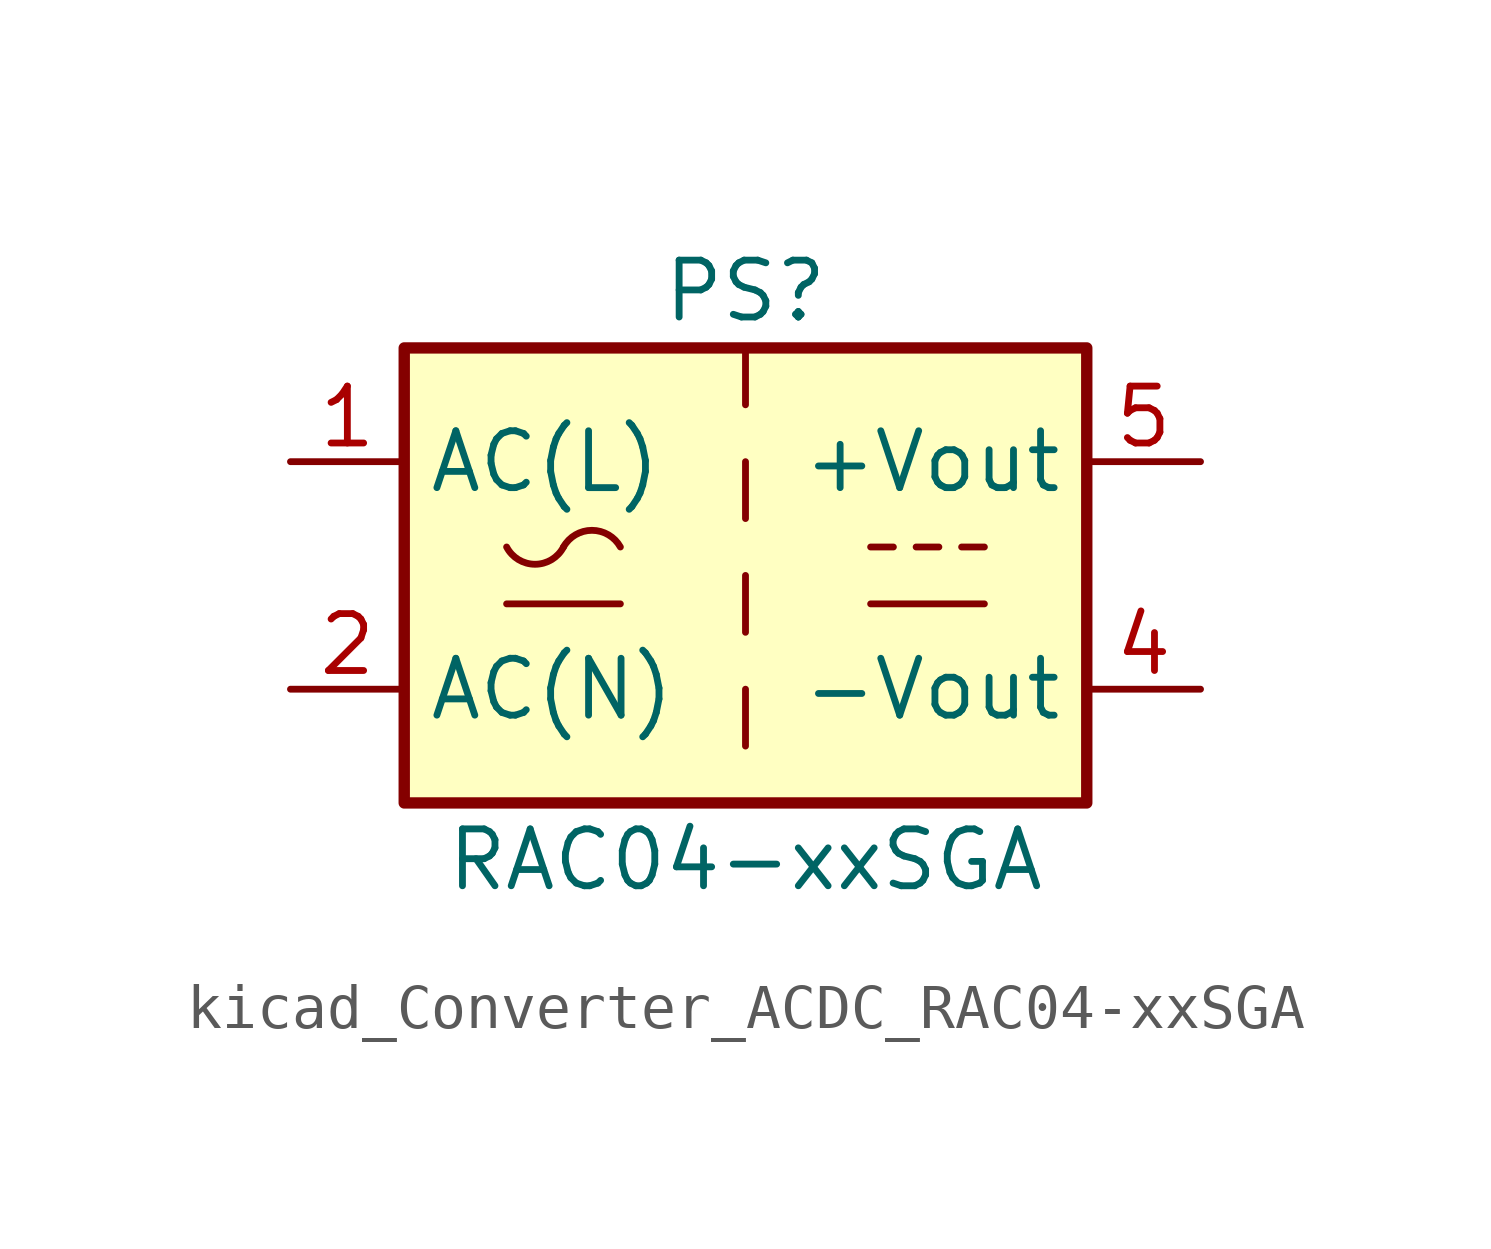
<source format=kicad_sym>
(kicad_symbol_lib
  (version 20220914)
  (generator kicad_symbol_editor)
  (symbol "kicad_Converter_ACDC_RAC04-xxSGA"
    (property "Reference" "PS"
      (at 0 6.35 0)
      (effects (font (size 1.27 1.27))))
    (property "Value" "RAC04-xxSGA"
      (at 0 -6.35 0)
      (effects (font (size 1.27 1.27))))
    (symbol "kicad_Converter_ACDC_RAC04-xxSGA_1_1"
      (rectangle (start -7.62 5.08) (end 7.62 -5.08) (stroke (width 0.254) (type default)) (fill (type background)))
      (arc (start -5.334 0.635) (mid -4.699 0.2495) (end -4.064 0.635) (stroke (width 0) (type default)) (fill (type none)))
      (arc (start -2.794 0.635) (mid -3.429 1.0072) (end -4.064 0.635) (stroke (width 0) (type default)) (fill (type none)))
      (polyline (pts (xy -5.334 -0.635) (xy -2.794 -0.635)) (stroke (width 0) (type default)) (fill (type none)))
      (polyline (pts (xy 0 -2.54) (xy 0 -3.81)) (stroke (width 0) (type default)) (fill (type none)))
      (polyline (pts (xy 0 0) (xy 0 -1.27)) (stroke (width 0) (type default)) (fill (type none)))
      (polyline (pts (xy 0 2.54) (xy 0 1.27)) (stroke (width 0) (type default)) (fill (type none)))
      (polyline (pts (xy 0 5.08) (xy 0 3.81)) (stroke (width 0) (type default)) (fill (type none)))
      (polyline (pts (xy 2.794 -0.635) (xy 5.334 -0.635)) (stroke (width 0) (type default)) (fill (type none)))
      (polyline (pts (xy 2.794 0.635) (xy 3.302 0.635)) (stroke (width 0) (type default)) (fill (type none)))
      (polyline (pts (xy 3.81 0.635) (xy 4.318 0.635)) (stroke (width 0) (type default)) (fill (type none)))
      (polyline (pts (xy 4.826 0.635) (xy 5.334 0.635)) (stroke (width 0) (type default)) (fill (type none)))
      (pin power_in line (at -10.16 2.54 0) (length 2.54) (name "AC(L)" (effects (font (size 1.27 1.27)))) (number "1" (effects (font (size 1.27 1.27)))))
      (pin power_in line (at -10.16 -2.54 0) (length 2.54) (name "AC(N)" (effects (font (size 1.27 1.27)))) (number "2" (effects (font (size 1.27 1.27)))))
      (pin no_connect line (at 7.62 0 180) (length 2.54) hide (name "NC" (effects (font (size 1.27 1.27)))) (number "3" (effects (font (size 1.27 1.27)))))
      (pin power_out line (at 10.16 -2.54 180) (length 2.54) (name "-Vout" (effects (font (size 1.27 1.27)))) (number "4" (effects (font (size 1.27 1.27)))))
      (pin power_out line (at 10.16 2.54 180) (length 2.54) (name "+Vout" (effects (font (size 1.27 1.27)))) (number "5" (effects (font (size 1.27 1.27))))))))
</source>
